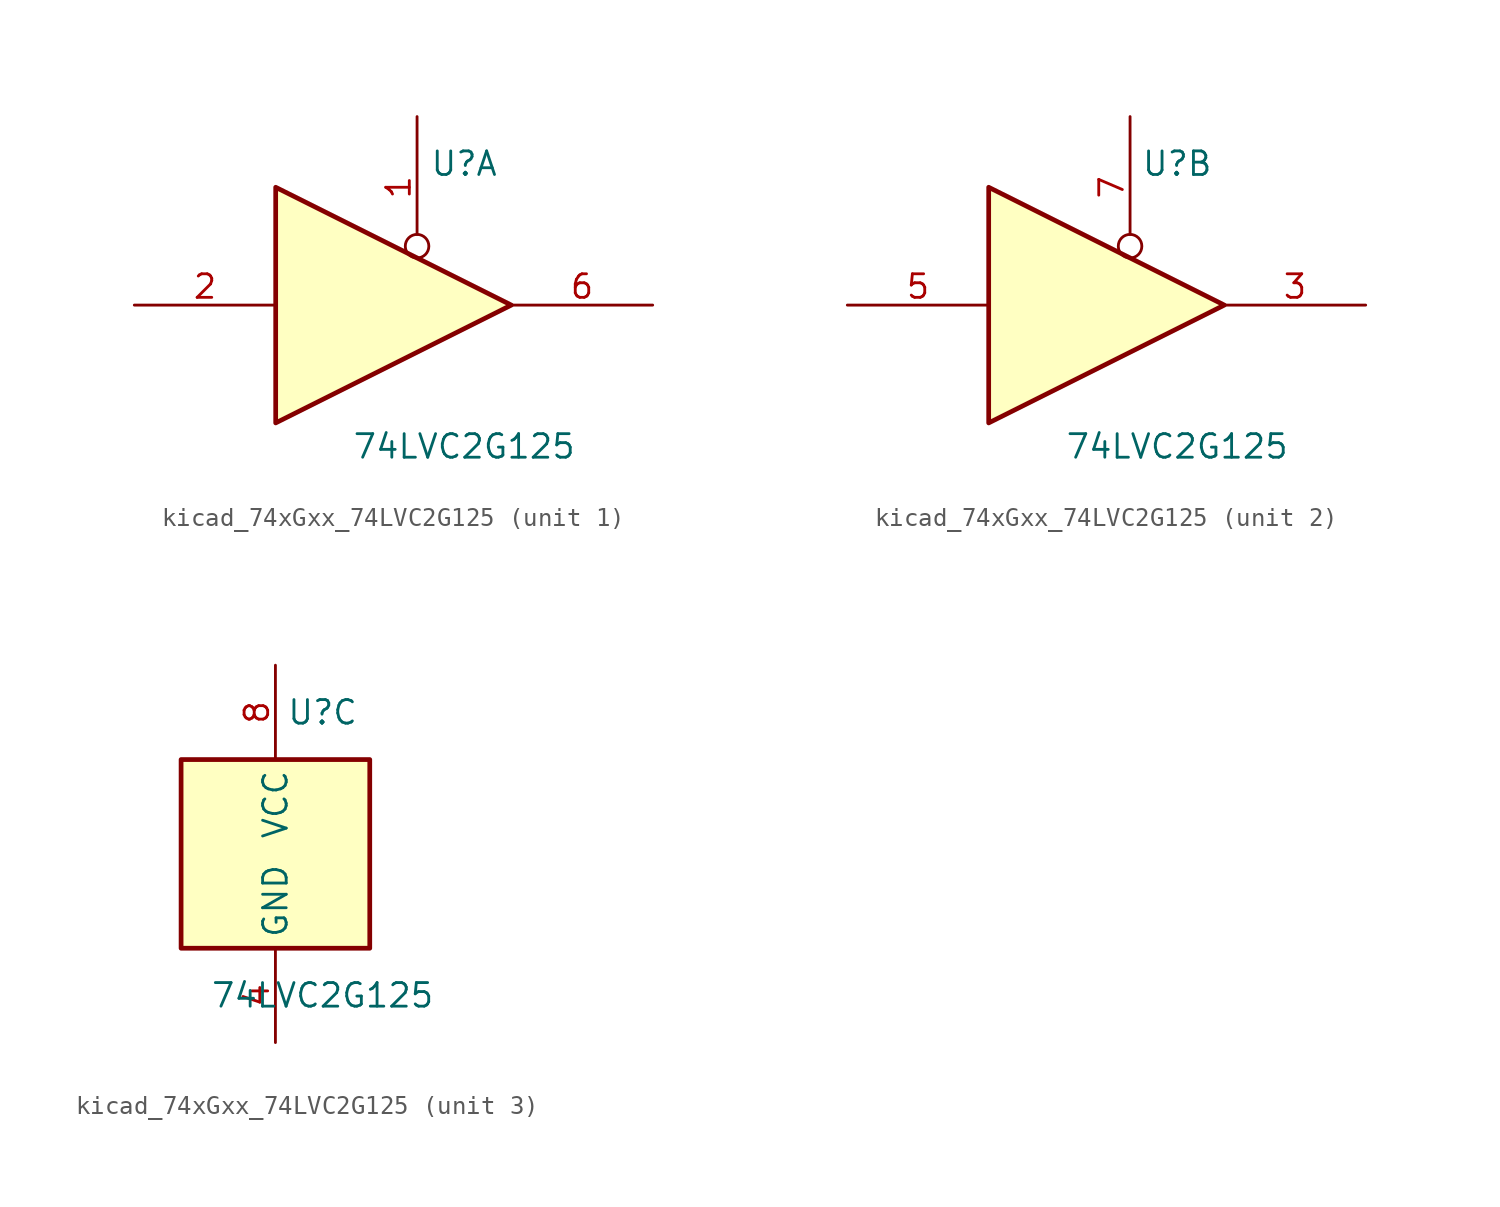
<source format=kicad_sym>
(kicad_symbol_lib
  (version 20220914)
  (generator kicad_symbol_editor)
  (symbol "kicad_74xGxx_74LVC2G125"
    (property "Reference" "U"
      (at 2.54 7.62 0)
      (effects (font (size 1.27 1.27))))
    (property "Value" "74LVC2G125"
      (at 2.54 -7.62 0)
      (effects (font (size 1.27 1.27))))
    (symbol "kicad_74xGxx_74LVC2G125_1_1"
      (polyline (pts (xy -7.62 6.35) (xy -7.62 -6.35) (xy 5.08 0) (xy -7.62 6.35)) (stroke (width 0.254) (type default)) (fill (type background)))
      (pin input inverted (at 0 10.16 270) (length 7.62) (name "~" (effects (font (size 1.27 1.27)))) (number "1" (effects (font (size 1.27 1.27)))))
      (pin input line (at -15.24 0 0) (length 7.62) (name "~" (effects (font (size 1.27 1.27)))) (number "2" (effects (font (size 1.27 1.27)))))
      (pin tri_state line (at 12.7 0 180) (length 7.62) (name "~" (effects (font (size 1.27 1.27)))) (number "6" (effects (font (size 1.27 1.27))))))
    (symbol "kicad_74xGxx_74LVC2G125_2_1"
      (polyline (pts (xy -7.62 6.35) (xy -7.62 -6.35) (xy 5.08 0) (xy -7.62 6.35)) (stroke (width 0.254) (type default)) (fill (type background)))
      (pin tri_state line (at 12.7 0 180) (length 7.62) (name "~" (effects (font (size 1.27 1.27)))) (number "3" (effects (font (size 1.27 1.27)))))
      (pin input line (at -15.24 0 0) (length 7.62) (name "~" (effects (font (size 1.27 1.27)))) (number "5" (effects (font (size 1.27 1.27)))))
      (pin input inverted (at 0 10.16 270) (length 7.62) (name "~" (effects (font (size 1.27 1.27)))) (number "7" (effects (font (size 1.27 1.27))))))
    (symbol "kicad_74xGxx_74LVC2G125_3_0"
      (rectangle (start -5.08 -5.08) (end 5.08 5.08) (stroke (width 0.254) (type default)) (fill (type background))))
    (symbol "kicad_74xGxx_74LVC2G125_3_1"
      (pin power_in line (at 0 -10.16 90) (length 5.08) (name "GND" (effects (font (size 1.27 1.27)))) (number "4" (effects (font (size 1.27 1.27)))))
      (pin power_in line (at 0 10.16 270) (length 5.08) (name "VCC" (effects (font (size 1.27 1.27)))) (number "8" (effects (font (size 1.27 1.27))))))))
</source>
